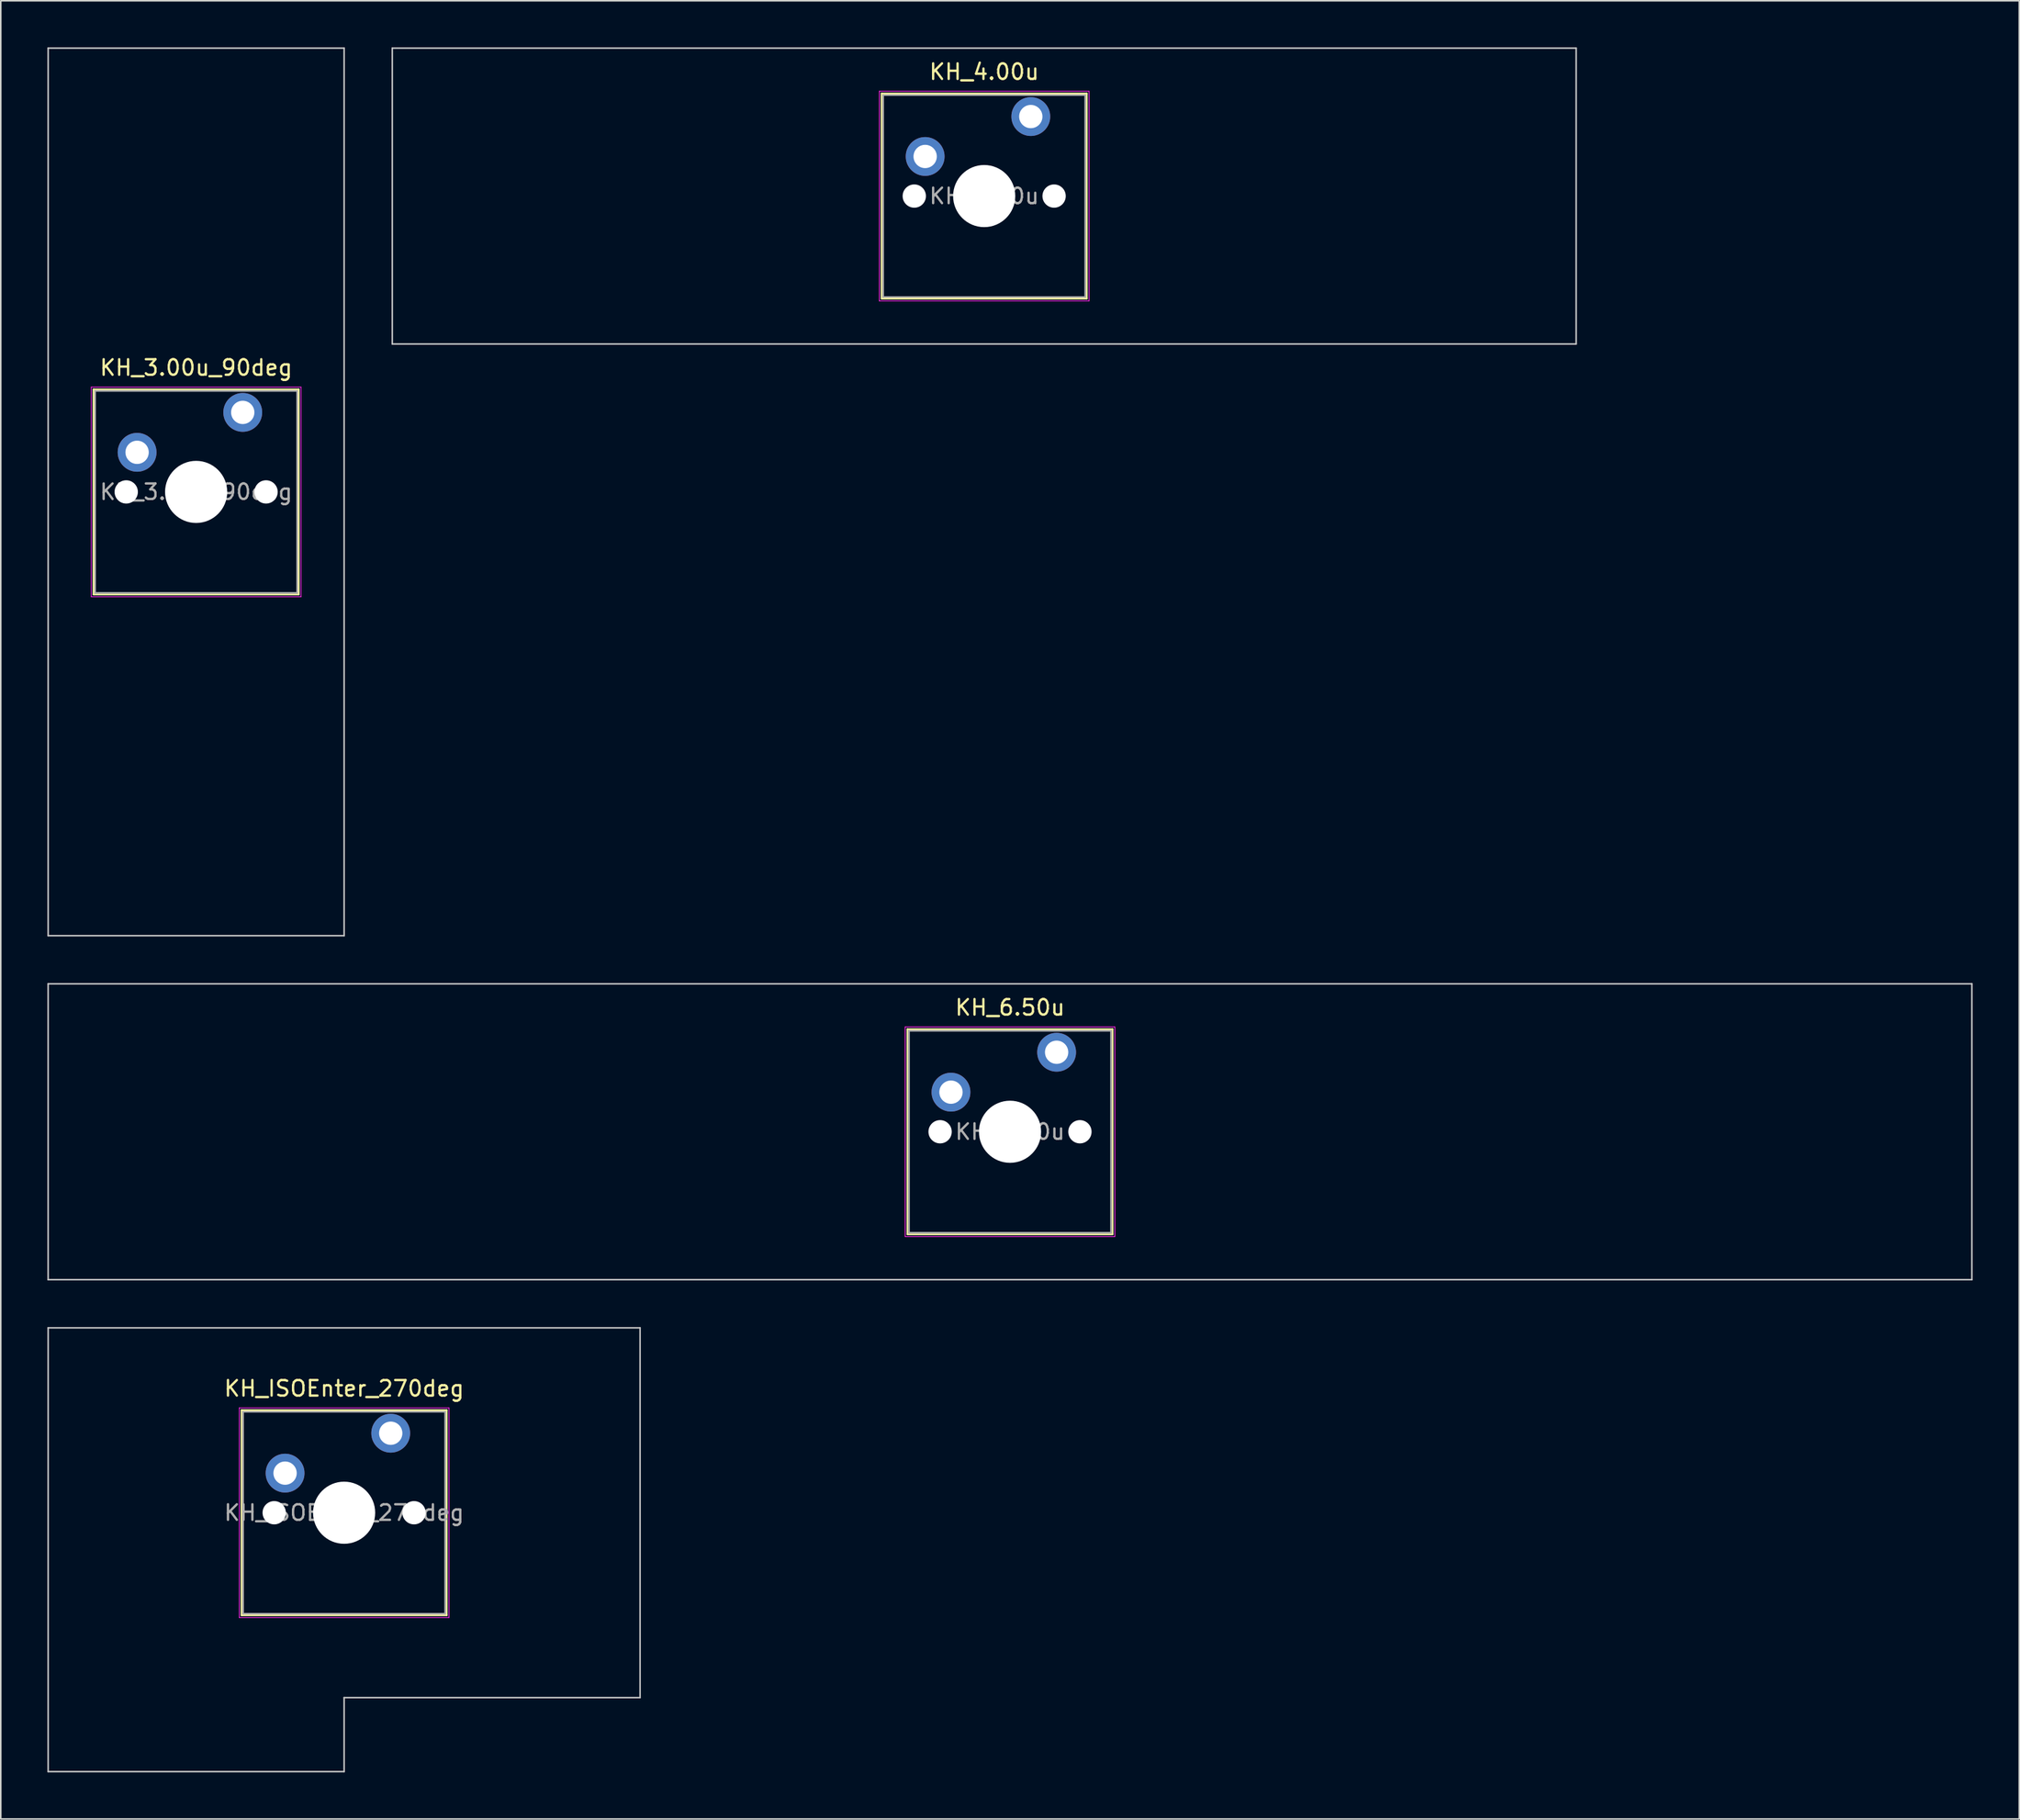
<source format=kicad_pcb>
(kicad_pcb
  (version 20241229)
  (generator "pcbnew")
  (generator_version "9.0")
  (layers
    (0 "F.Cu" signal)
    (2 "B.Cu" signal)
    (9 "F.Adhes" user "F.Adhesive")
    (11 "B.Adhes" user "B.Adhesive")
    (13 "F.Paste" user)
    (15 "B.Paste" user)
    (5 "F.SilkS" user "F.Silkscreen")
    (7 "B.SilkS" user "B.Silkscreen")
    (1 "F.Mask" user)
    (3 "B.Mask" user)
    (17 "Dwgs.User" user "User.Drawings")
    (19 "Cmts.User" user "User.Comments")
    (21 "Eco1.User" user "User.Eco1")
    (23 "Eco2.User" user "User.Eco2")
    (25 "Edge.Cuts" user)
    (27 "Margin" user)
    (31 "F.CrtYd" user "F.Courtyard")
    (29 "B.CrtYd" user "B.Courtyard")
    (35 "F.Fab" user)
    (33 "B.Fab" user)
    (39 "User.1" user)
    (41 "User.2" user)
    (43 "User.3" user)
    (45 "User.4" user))
  (footprint "KH_4.00u"
    (layer "F.Cu")
    (at 60.3 9.575)
    (property "Reference" "KH_4.00u" (at 0 -8 0) (layer "F.SilkS") (effects (font (size 1 1) (thickness 0.15))))
    (attr through_hole)
    (fp_line (start -6.6 -6.6) (end -6.6 6.6) (stroke (width 0.12) (type solid)) (layer "F.SilkS"))
    (fp_line (start -6.6 6.6) (end 6.6 6.6) (stroke (width 0.12) (type solid)) (layer "F.SilkS"))
    (fp_line (start 6.6 -6.6) (end -6.6 -6.6) (stroke (width 0.12) (type solid)) (layer "F.SilkS"))
    (fp_line (start 6.6 6.6) (end 6.6 -6.6) (stroke (width 0.12) (type solid)) (layer "F.SilkS"))
    (fp_line (start -38.1 -9.525) (end -38.1 9.525) (stroke (width 0.1) (type solid)) (layer "Dwgs.User"))
    (fp_line (start -38.1 9.525) (end 38.1 9.525) (stroke (width 0.1) (type solid)) (layer "Dwgs.User"))
    (fp_line (start 38.1 -9.525) (end -38.1 -9.525) (stroke (width 0.1) (type solid)) (layer "Dwgs.User"))
    (fp_line (start 38.1 9.525) (end 38.1 -9.525) (stroke (width 0.1) (type solid)) (layer "Dwgs.User"))
    (fp_line (start -6.1 -6.1) (end -6.1 6.1) (stroke (width 0.1) (type solid)) (layer "Eco1.User"))
    (fp_line (start -6.1 6.1) (end 6.1 6.1) (stroke (width 0.1) (type solid)) (layer "Eco1.User"))
    (fp_line (start 6.1 -6.1) (end -6.1 -6.1) (stroke (width 0.1) (type solid)) (layer "Eco1.User"))
    (fp_line (start 6.1 6.1) (end 6.1 -6.1) (stroke (width 0.1) (type solid)) (layer "Eco1.User"))
    (fp_line (start -6.75 -6.75) (end -6.75 6.75) (stroke (width 0.05) (type solid)) (layer "F.CrtYd"))
    (fp_line (start -6.75 6.75) (end 6.75 6.75) (stroke (width 0.05) (type solid)) (layer "F.CrtYd"))
    (fp_line (start 6.75 -6.75) (end -6.75 -6.75) (stroke (width 0.05) (type solid)) (layer "F.CrtYd"))
    (fp_line (start 6.75 6.75) (end 6.75 -6.75) (stroke (width 0.05) (type solid)) (layer "F.CrtYd"))
    (fp_line (start -6.5 -6.5) (end -6.5 6.5) (stroke (width 0.1) (type solid)) (layer "F.Fab"))
    (fp_line (start -6.5 6.5) (end 6.5 6.5) (stroke (width 0.1) (type solid)) (layer "F.Fab"))
    (fp_line (start 6.5 -6.5) (end -6.5 -6.5) (stroke (width 0.1) (type solid)) (layer "F.Fab"))
    (fp_line (start 6.5 6.5) (end 6.5 -6.5) (stroke (width 0.1) (type solid)) (layer "F.Fab"))
    (fp_text user "${REFERENCE}" (at 0 0 0) (layer "F.Fab") (effects (font (size 1 1) (thickness 0.15))))
    (pad "" np_thru_hole circle (at -4.5 0) (size 1.5 1.5) (drill 1.5) (layers "*.Cu" "*.Mask"))
    (pad "" np_thru_hole circle (at 0 0) (size 4 4) (drill 4) (layers "*.Cu" "*.Mask"))
    (pad "" np_thru_hole circle (at 4.5 0) (size 1.5 1.5) (drill 1.5) (layers "*.Cu" "*.Mask"))
    (pad "1" thru_hole circle (at -3.8 -2.55) (size 2.5 2.5) (drill 1.5) (layers "*.Cu" "*.Mask"))
    (pad "2" thru_hole circle (at 3 -5.12) (size 2.5 2.5) (drill 1.5) (layers "*.Cu" "*.Mask")))
  (footprint "KH_3.00u_90deg"
    (layer "F.Cu")
    (at 9.575 28.625)
    (property "Reference" "KH_3.00u_90deg" (at 0 -8 0) (layer "F.SilkS") (effects (font (size 1 1) (thickness 0.15))))
    (attr through_hole)
    (fp_line (start -6.6 -6.6) (end -6.6 6.6) (stroke (width 0.12) (type solid)) (layer "F.SilkS"))
    (fp_line (start -6.6 6.6) (end 6.6 6.6) (stroke (width 0.12) (type solid)) (layer "F.SilkS"))
    (fp_line (start 6.6 -6.6) (end -6.6 -6.6) (stroke (width 0.12) (type solid)) (layer "F.SilkS"))
    (fp_line (start 6.6 6.6) (end 6.6 -6.6) (stroke (width 0.12) (type solid)) (layer "F.SilkS"))
    (fp_line (start -9.525 -28.575) (end 9.525 -28.575) (stroke (width 0.1) (type solid)) (layer "Dwgs.User"))
    (fp_line (start -9.525 28.575) (end -9.525 -28.575) (stroke (width 0.1) (type solid)) (layer "Dwgs.User"))
    (fp_line (start 9.525 -28.575) (end 9.525 28.575) (stroke (width 0.1) (type solid)) (layer "Dwgs.User"))
    (fp_line (start 9.525 28.575) (end -9.525 28.575) (stroke (width 0.1) (type solid)) (layer "Dwgs.User"))
    (fp_line (start -6.1 -6.1) (end -6.1 6.1) (stroke (width 0.1) (type solid)) (layer "Eco1.User"))
    (fp_line (start -6.1 6.1) (end 6.1 6.1) (stroke (width 0.1) (type solid)) (layer "Eco1.User"))
    (fp_line (start 6.1 -6.1) (end -6.1 -6.1) (stroke (width 0.1) (type solid)) (layer "Eco1.User"))
    (fp_line (start 6.1 6.1) (end 6.1 -6.1) (stroke (width 0.1) (type solid)) (layer "Eco1.User"))
    (fp_line (start -6.75 -6.75) (end -6.75 6.75) (stroke (width 0.05) (type solid)) (layer "F.CrtYd"))
    (fp_line (start -6.75 6.75) (end 6.75 6.75) (stroke (width 0.05) (type solid)) (layer "F.CrtYd"))
    (fp_line (start 6.75 -6.75) (end -6.75 -6.75) (stroke (width 0.05) (type solid)) (layer "F.CrtYd"))
    (fp_line (start 6.75 6.75) (end 6.75 -6.75) (stroke (width 0.05) (type solid)) (layer "F.CrtYd"))
    (fp_line (start -6.5 -6.5) (end -6.5 6.5) (stroke (width 0.1) (type solid)) (layer "F.Fab"))
    (fp_line (start -6.5 6.5) (end 6.5 6.5) (stroke (width 0.1) (type solid)) (layer "F.Fab"))
    (fp_line (start 6.5 -6.5) (end -6.5 -6.5) (stroke (width 0.1) (type solid)) (layer "F.Fab"))
    (fp_line (start 6.5 6.5) (end 6.5 -6.5) (stroke (width 0.1) (type solid)) (layer "F.Fab"))
    (fp_text user "${REFERENCE}" (at 0 0 0) (layer "F.Fab") (effects (font (size 1 1) (thickness 0.15))))
    (pad "" np_thru_hole circle (at -4.5 0) (size 1.5 1.5) (drill 1.5) (layers "*.Cu" "*.Mask"))
    (pad "" np_thru_hole circle (at 0 0) (size 4 4) (drill 4) (layers "*.Cu" "*.Mask"))
    (pad "" np_thru_hole circle (at 4.5 0) (size 1.5 1.5) (drill 1.5) (layers "*.Cu" "*.Mask"))
    (pad "1" thru_hole circle (at -3.8 -2.55) (size 2.5 2.5) (drill 1.5) (layers "*.Cu" "*.Mask"))
    (pad "2" thru_hole circle (at 3 -5.12) (size 2.5 2.5) (drill 1.5) (layers "*.Cu" "*.Mask")))
  (footprint "KH_ISOEnter_270deg"
    (layer "F.Cu")
    (at 19.1 94.356)
    (property "Reference" "KH_ISOEnter_270deg" (at 0 -8 0) (layer "F.SilkS") (effects (font (size 1 1) (thickness 0.15))))
    (attr through_hole)
    (fp_line (start -6.6 -6.6) (end -6.6 6.6) (stroke (width 0.12) (type solid)) (layer "F.SilkS"))
    (fp_line (start -6.6 6.6) (end 6.6 6.6) (stroke (width 0.12) (type solid)) (layer "F.SilkS"))
    (fp_line (start 6.6 -6.6) (end -6.6 -6.6) (stroke (width 0.12) (type solid)) (layer "F.SilkS"))
    (fp_line (start 6.6 6.6) (end 6.6 -6.6) (stroke (width 0.12) (type solid)) (layer "F.SilkS"))
    (fp_line (start -19.05 -11.906) (end -19.05 16.669) (stroke (width 0.1) (type solid)) (layer "Dwgs.User"))
    (fp_line (start -19.05 16.669) (end 0 16.669) (stroke (width 0.1) (type solid)) (layer "Dwgs.User"))
    (fp_line (start 0 11.906) (end 19.05 11.906) (stroke (width 0.1) (type solid)) (layer "Dwgs.User"))
    (fp_line (start 0 16.669) (end 0 11.906) (stroke (width 0.1) (type solid)) (layer "Dwgs.User"))
    (fp_line (start 19.05 -11.906) (end -19.05 -11.906) (stroke (width 0.1) (type solid)) (layer "Dwgs.User"))
    (fp_line (start 19.05 11.906) (end 19.05 -11.906) (stroke (width 0.1) (type solid)) (layer "Dwgs.User"))
    (fp_line (start -6.1 -6.1) (end -6.1 6.1) (stroke (width 0.1) (type solid)) (layer "Eco1.User"))
    (fp_line (start -6.1 6.1) (end 6.1 6.1) (stroke (width 0.1) (type solid)) (layer "Eco1.User"))
    (fp_line (start 6.1 -6.1) (end -6.1 -6.1) (stroke (width 0.1) (type solid)) (layer "Eco1.User"))
    (fp_line (start 6.1 6.1) (end 6.1 -6.1) (stroke (width 0.1) (type solid)) (layer "Eco1.User"))
    (fp_line (start -6.75 -6.75) (end -6.75 6.75) (stroke (width 0.05) (type solid)) (layer "F.CrtYd"))
    (fp_line (start -6.75 6.75) (end 6.75 6.75) (stroke (width 0.05) (type solid)) (layer "F.CrtYd"))
    (fp_line (start 6.75 -6.75) (end -6.75 -6.75) (stroke (width 0.05) (type solid)) (layer "F.CrtYd"))
    (fp_line (start 6.75 6.75) (end 6.75 -6.75) (stroke (width 0.05) (type solid)) (layer "F.CrtYd"))
    (fp_line (start -6.5 -6.5) (end -6.5 6.5) (stroke (width 0.1) (type solid)) (layer "F.Fab"))
    (fp_line (start -6.5 6.5) (end 6.5 6.5) (stroke (width 0.1) (type solid)) (layer "F.Fab"))
    (fp_line (start 6.5 -6.5) (end -6.5 -6.5) (stroke (width 0.1) (type solid)) (layer "F.Fab"))
    (fp_line (start 6.5 6.5) (end 6.5 -6.5) (stroke (width 0.1) (type solid)) (layer "F.Fab"))
    (fp_text user "${REFERENCE}" (at 0 0 0) (layer "F.Fab") (effects (font (size 1 1) (thickness 0.15))))
    (pad "" np_thru_hole circle (at -4.5 0) (size 1.5 1.5) (drill 1.5) (layers "*.Cu" "*.Mask"))
    (pad "" np_thru_hole circle (at 0 0) (size 4 4) (drill 4) (layers "*.Cu" "*.Mask"))
    (pad "" np_thru_hole circle (at 4.5 0) (size 1.5 1.5) (drill 1.5) (layers "*.Cu" "*.Mask"))
    (pad "1" thru_hole circle (at -3.8 -2.55) (size 2.5 2.5) (drill 1.5) (layers "*.Cu" "*.Mask"))
    (pad "2" thru_hole circle (at 3 -5.12) (size 2.5 2.5) (drill 1.5) (layers "*.Cu" "*.Mask")))
  (footprint "KH_6.50u"
    (layer "F.Cu")
    (at 61.962 69.825)
    (property "Reference" "KH_6.50u" (at 0 -8 0) (layer "F.SilkS") (effects (font (size 1 1) (thickness 0.15))))
    (attr through_hole)
    (fp_line (start -6.6 -6.6) (end -6.6 6.6) (stroke (width 0.12) (type solid)) (layer "F.SilkS"))
    (fp_line (start -6.6 6.6) (end 6.6 6.6) (stroke (width 0.12) (type solid)) (layer "F.SilkS"))
    (fp_line (start 6.6 -6.6) (end -6.6 -6.6) (stroke (width 0.12) (type solid)) (layer "F.SilkS"))
    (fp_line (start 6.6 6.6) (end 6.6 -6.6) (stroke (width 0.12) (type solid)) (layer "F.SilkS"))
    (fp_line (start -61.913 -9.525) (end -61.913 9.525) (stroke (width 0.1) (type solid)) (layer "Dwgs.User"))
    (fp_line (start -61.913 9.525) (end 61.913 9.525) (stroke (width 0.1) (type solid)) (layer "Dwgs.User"))
    (fp_line (start 61.913 -9.525) (end -61.913 -9.525) (stroke (width 0.1) (type solid)) (layer "Dwgs.User"))
    (fp_line (start 61.913 9.525) (end 61.913 -9.525) (stroke (width 0.1) (type solid)) (layer "Dwgs.User"))
    (fp_line (start -6.1 -6.1) (end -6.1 6.1) (stroke (width 0.1) (type solid)) (layer "Eco1.User"))
    (fp_line (start -6.1 6.1) (end 6.1 6.1) (stroke (width 0.1) (type solid)) (layer "Eco1.User"))
    (fp_line (start 6.1 -6.1) (end -6.1 -6.1) (stroke (width 0.1) (type solid)) (layer "Eco1.User"))
    (fp_line (start 6.1 6.1) (end 6.1 -6.1) (stroke (width 0.1) (type solid)) (layer "Eco1.User"))
    (fp_line (start -6.75 -6.75) (end -6.75 6.75) (stroke (width 0.05) (type solid)) (layer "F.CrtYd"))
    (fp_line (start -6.75 6.75) (end 6.75 6.75) (stroke (width 0.05) (type solid)) (layer "F.CrtYd"))
    (fp_line (start 6.75 -6.75) (end -6.75 -6.75) (stroke (width 0.05) (type solid)) (layer "F.CrtYd"))
    (fp_line (start 6.75 6.75) (end 6.75 -6.75) (stroke (width 0.05) (type solid)) (layer "F.CrtYd"))
    (fp_line (start -6.5 -6.5) (end -6.5 6.5) (stroke (width 0.1) (type solid)) (layer "F.Fab"))
    (fp_line (start -6.5 6.5) (end 6.5 6.5) (stroke (width 0.1) (type solid)) (layer "F.Fab"))
    (fp_line (start 6.5 -6.5) (end -6.5 -6.5) (stroke (width 0.1) (type solid)) (layer "F.Fab"))
    (fp_line (start 6.5 6.5) (end 6.5 -6.5) (stroke (width 0.1) (type solid)) (layer "F.Fab"))
    (fp_text user "${REFERENCE}" (at 0 0 0) (layer "F.Fab") (effects (font (size 1 1) (thickness 0.15))))
    (pad "" np_thru_hole circle (at -4.5 0) (size 1.5 1.5) (drill 1.5) (layers "*.Cu" "*.Mask"))
    (pad "" np_thru_hole circle (at 0 0) (size 4 4) (drill 4) (layers "*.Cu" "*.Mask"))
    (pad "" np_thru_hole circle (at 4.5 0) (size 1.5 1.5) (drill 1.5) (layers "*.Cu" "*.Mask"))
    (pad "1" thru_hole circle (at -3.8 -2.55) (size 2.5 2.5) (drill 1.5) (layers "*.Cu" "*.Mask"))
    (pad "2" thru_hole circle (at 3 -5.12) (size 2.5 2.5) (drill 1.5) (layers "*.Cu" "*.Mask")))
  (gr_rect
    (start -3 -3)
    (end 126.925 114.075)
    (stroke (width 0.1) (type default))
    (fill no)
    (layer "Edge.Cuts")))
</source>
